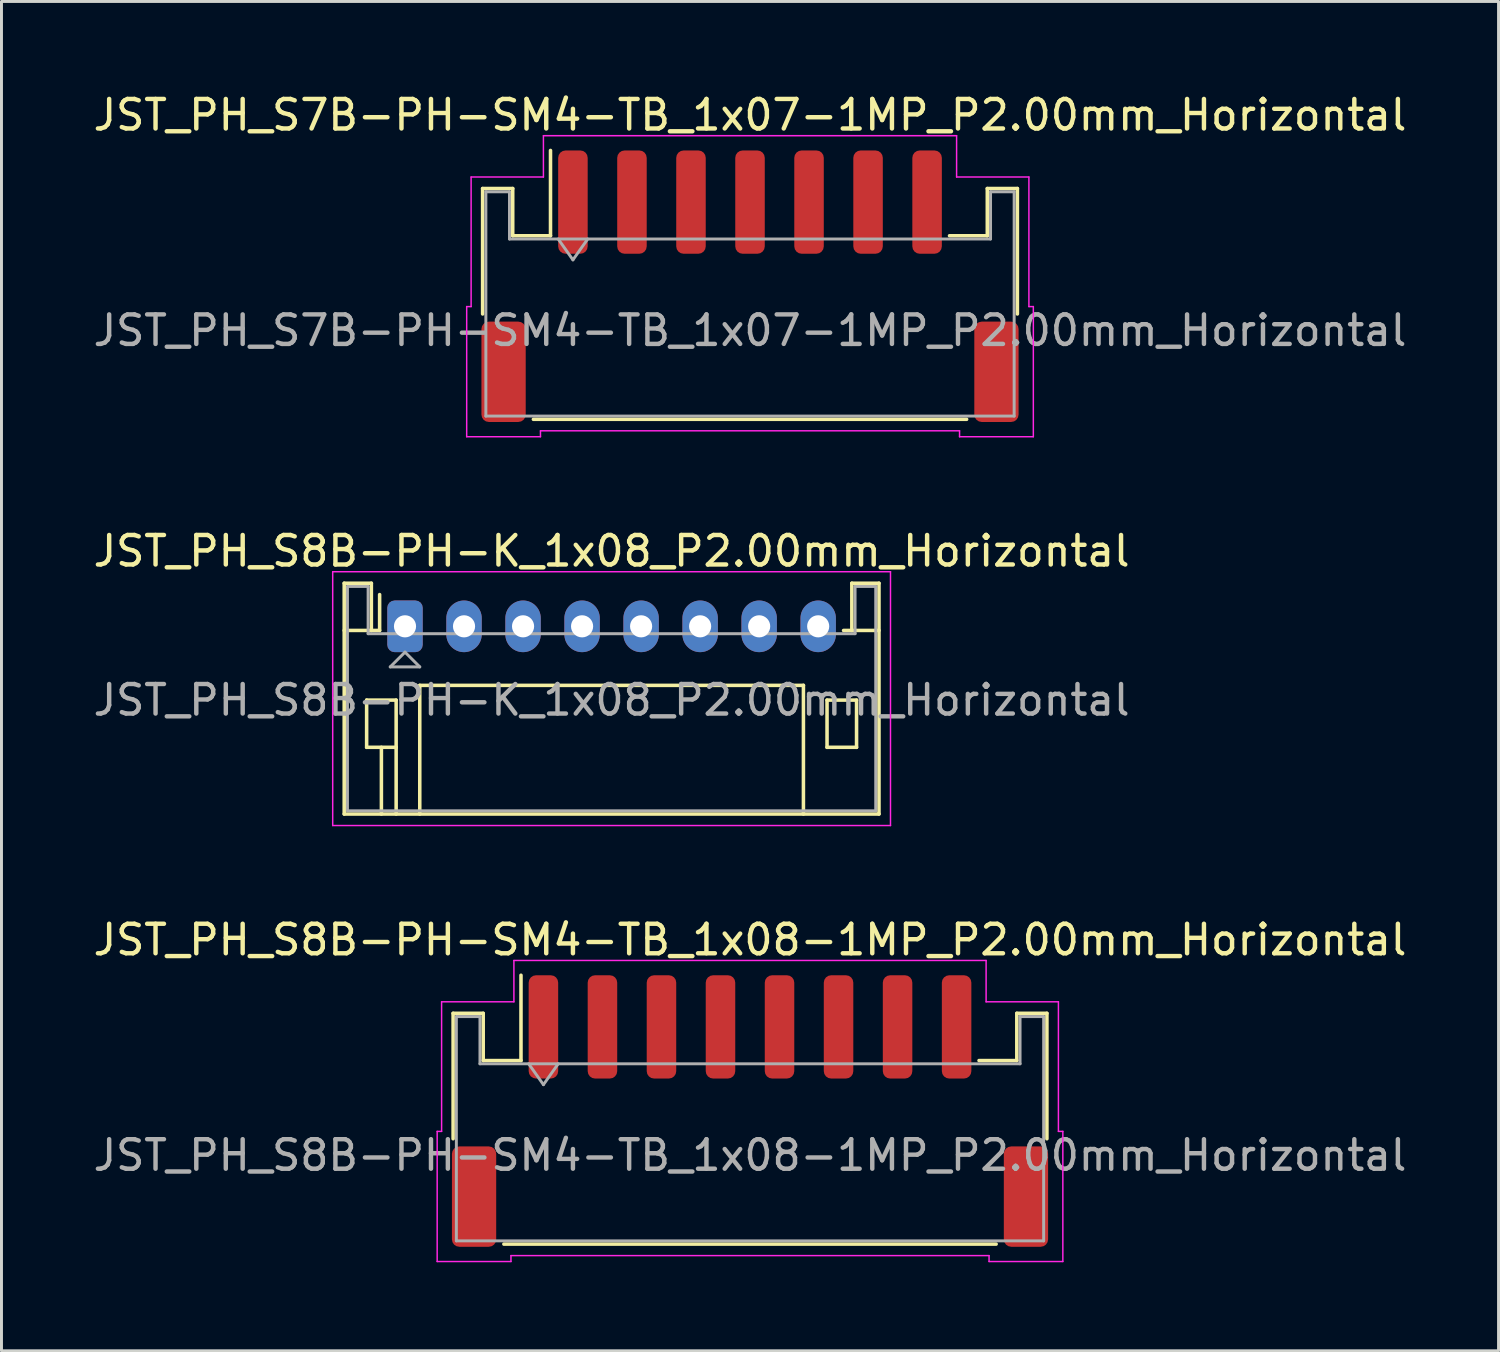
<source format=kicad_pcb>
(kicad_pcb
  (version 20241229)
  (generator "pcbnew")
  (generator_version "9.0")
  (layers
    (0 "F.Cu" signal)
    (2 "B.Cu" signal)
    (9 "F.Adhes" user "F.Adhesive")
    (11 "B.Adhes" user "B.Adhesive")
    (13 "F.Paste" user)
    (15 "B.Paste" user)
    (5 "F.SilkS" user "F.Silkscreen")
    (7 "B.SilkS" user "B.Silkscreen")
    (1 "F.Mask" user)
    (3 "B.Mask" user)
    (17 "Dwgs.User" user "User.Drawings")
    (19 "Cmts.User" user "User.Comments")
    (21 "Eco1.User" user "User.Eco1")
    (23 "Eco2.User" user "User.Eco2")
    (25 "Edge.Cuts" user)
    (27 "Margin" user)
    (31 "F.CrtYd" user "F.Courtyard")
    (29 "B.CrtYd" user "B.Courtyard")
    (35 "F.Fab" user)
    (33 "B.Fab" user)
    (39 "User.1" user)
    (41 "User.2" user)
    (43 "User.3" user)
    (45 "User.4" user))
  (footprint "JST_PH_S7B-PH-SM4-TB_1x07-1MP_P2.00mm_Horizontal"
    (layer "F.Cu")
    (at 22.363 6.648)
    (property "Reference" "JST_PH_S7B-PH-SM4-TB_1x07-1MP_P2.00mm_Horizontal" (at 0 -5.8 0) (layer "F.SilkS") (effects (font (size 1 1) (thickness 0.15))))
    (attr smd)
    (fp_line (start -9.06 -3.31) (end -8.04 -3.31) (stroke (width 0.12) (type solid)) (layer "F.SilkS"))
    (fp_line (start -9.06 0.94) (end -9.06 -3.31) (stroke (width 0.12) (type solid)) (layer "F.SilkS"))
    (fp_line (start -8.04 -3.31) (end -8.04 -1.71) (stroke (width 0.12) (type solid)) (layer "F.SilkS"))
    (fp_line (start -8.04 -1.71) (end -6.76 -1.71) (stroke (width 0.12) (type solid)) (layer "F.SilkS"))
    (fp_line (start -7.34 4.51) (end 7.34 4.51) (stroke (width 0.12) (type solid)) (layer "F.SilkS"))
    (fp_line (start -6.76 -1.71) (end -6.76 -4.6) (stroke (width 0.12) (type solid)) (layer "F.SilkS"))
    (fp_line (start 8.04 -3.31) (end 8.04 -1.71) (stroke (width 0.12) (type solid)) (layer "F.SilkS"))
    (fp_line (start 8.04 -1.71) (end 6.76 -1.71) (stroke (width 0.12) (type solid)) (layer "F.SilkS"))
    (fp_line (start 9.06 -3.31) (end 8.04 -3.31) (stroke (width 0.12) (type solid)) (layer "F.SilkS"))
    (fp_line (start 9.06 0.94) (end 9.06 -3.31) (stroke (width 0.12) (type solid)) (layer "F.SilkS"))
    (fp_line (start -9.6 0.69) (end -9.45 0.69) (stroke (width 0.05) (type solid)) (layer "F.CrtYd"))
    (fp_line (start -9.6 5.1) (end -9.6 0.69) (stroke (width 0.05) (type solid)) (layer "F.CrtYd"))
    (fp_line (start -9.45 -3.7) (end -7 -3.7) (stroke (width 0.05) (type solid)) (layer "F.CrtYd"))
    (fp_line (start -9.45 0.69) (end -9.45 -3.7) (stroke (width 0.05) (type solid)) (layer "F.CrtYd"))
    (fp_line (start -7.1 4.9) (end -7.1 5.1) (stroke (width 0.05) (type solid)) (layer "F.CrtYd"))
    (fp_line (start -7.1 5.1) (end -9.6 5.1) (stroke (width 0.05) (type solid)) (layer "F.CrtYd"))
    (fp_line (start -7 -5.1) (end 7 -5.1) (stroke (width 0.05) (type solid)) (layer "F.CrtYd"))
    (fp_line (start -7 -3.7) (end -7 -5.1) (stroke (width 0.05) (type solid)) (layer "F.CrtYd"))
    (fp_line (start 7 -5.1) (end 7 -3.7) (stroke (width 0.05) (type solid)) (layer "F.CrtYd"))
    (fp_line (start 7 -3.7) (end 9.45 -3.7) (stroke (width 0.05) (type solid)) (layer "F.CrtYd"))
    (fp_line (start 7.1 4.9) (end -7.1 4.9) (stroke (width 0.05) (type solid)) (layer "F.CrtYd"))
    (fp_line (start 7.1 5.1) (end 7.1 4.9) (stroke (width 0.05) (type solid)) (layer "F.CrtYd"))
    (fp_line (start 9.45 -3.7) (end 9.45 0.69) (stroke (width 0.05) (type solid)) (layer "F.CrtYd"))
    (fp_line (start 9.45 0.69) (end 9.6 0.69) (stroke (width 0.05) (type solid)) (layer "F.CrtYd"))
    (fp_line (start 9.6 0.69) (end 9.6 5.1) (stroke (width 0.05) (type solid)) (layer "F.CrtYd"))
    (fp_line (start 9.6 5.1) (end 7.1 5.1) (stroke (width 0.05) (type solid)) (layer "F.CrtYd"))
    (fp_line (start -8.95 -3.2) (end -8.95 4.4) (stroke (width 0.1) (type solid)) (layer "F.Fab"))
    (fp_line (start -8.95 -3.2) (end -8.15 -3.2) (stroke (width 0.1) (type solid)) (layer "F.Fab"))
    (fp_line (start -8.95 4.4) (end 8.95 4.4) (stroke (width 0.1) (type solid)) (layer "F.Fab"))
    (fp_line (start -8.15 -3.2) (end -8.15 -1.6) (stroke (width 0.1) (type solid)) (layer "F.Fab"))
    (fp_line (start -8.15 -1.6) (end 8.15 -1.6) (stroke (width 0.1) (type solid)) (layer "F.Fab"))
    (fp_line (start -6.5 -1.6) (end -6 -0.893) (stroke (width 0.1) (type solid)) (layer "F.Fab"))
    (fp_line (start -6 -0.893) (end -5.5 -1.6) (stroke (width 0.1) (type solid)) (layer "F.Fab"))
    (fp_line (start 8.15 -3.2) (end 8.95 -3.2) (stroke (width 0.1) (type solid)) (layer "F.Fab"))
    (fp_line (start 8.15 -1.6) (end 8.15 -3.2) (stroke (width 0.1) (type solid)) (layer "F.Fab"))
    (fp_line (start 8.95 -3.2) (end 8.95 4.4) (stroke (width 0.1) (type solid)) (layer "F.Fab"))
    (fp_text user "${REFERENCE}" (at 0 1.5 0) (layer "F.Fab") (effects (font (size 1 1) (thickness 0.15))))
    (pad "1" smd roundrect (at -6 -2.85) (size 1 3.5) (layers "F.Cu" "F.Mask" "F.Paste") (roundrect_rratio 0.25))
    (pad "2" smd roundrect (at -4 -2.85) (size 1 3.5) (layers "F.Cu" "F.Mask" "F.Paste") (roundrect_rratio 0.25))
    (pad "3" smd roundrect (at -2 -2.85) (size 1 3.5) (layers "F.Cu" "F.Mask" "F.Paste") (roundrect_rratio 0.25))
    (pad "4" smd roundrect (at 0 -2.85) (size 1 3.5) (layers "F.Cu" "F.Mask" "F.Paste") (roundrect_rratio 0.25))
    (pad "5" smd roundrect (at 2 -2.85) (size 1 3.5) (layers "F.Cu" "F.Mask" "F.Paste") (roundrect_rratio 0.25))
    (pad "6" smd roundrect (at 4 -2.85) (size 1 3.5) (layers "F.Cu" "F.Mask" "F.Paste") (roundrect_rratio 0.25))
    (pad "7" smd roundrect (at 6 -2.85) (size 1 3.5) (layers "F.Cu" "F.Mask" "F.Paste") (roundrect_rratio 0.25))
    (pad "MP" smd roundrect (at -8.35 2.9) (size 1.5 3.4) (layers "F.Cu" "F.Mask" "F.Paste") (roundrect_rratio 0.167))
    (pad "MP" smd roundrect (at 8.35 2.9) (size 1.5 3.4) (layers "F.Cu" "F.Mask" "F.Paste") (roundrect_rratio 0.167)))
  (footprint "JST_PH_S8B-PH-SM4-TB_1x08-1MP_P2.00mm_Horizontal"
    (layer "F.Cu")
    (at 22.363 34.595)
    (property "Reference" "JST_PH_S8B-PH-SM4-TB_1x08-1MP_P2.00mm_Horizontal" (at 0 -5.8 0) (layer "F.SilkS") (effects (font (size 1 1) (thickness 0.15))))
    (attr smd)
    (fp_line (start -10.06 -3.31) (end -9.04 -3.31) (stroke (width 0.12) (type solid)) (layer "F.SilkS"))
    (fp_line (start -10.06 0.94) (end -10.06 -3.31) (stroke (width 0.12) (type solid)) (layer "F.SilkS"))
    (fp_line (start -9.04 -3.31) (end -9.04 -1.71) (stroke (width 0.12) (type solid)) (layer "F.SilkS"))
    (fp_line (start -9.04 -1.71) (end -7.76 -1.71) (stroke (width 0.12) (type solid)) (layer "F.SilkS"))
    (fp_line (start -8.34 4.51) (end 8.34 4.51) (stroke (width 0.12) (type solid)) (layer "F.SilkS"))
    (fp_line (start -7.76 -1.71) (end -7.76 -4.6) (stroke (width 0.12) (type solid)) (layer "F.SilkS"))
    (fp_line (start 9.04 -3.31) (end 9.04 -1.71) (stroke (width 0.12) (type solid)) (layer "F.SilkS"))
    (fp_line (start 9.04 -1.71) (end 7.76 -1.71) (stroke (width 0.12) (type solid)) (layer "F.SilkS"))
    (fp_line (start 10.06 -3.31) (end 9.04 -3.31) (stroke (width 0.12) (type solid)) (layer "F.SilkS"))
    (fp_line (start 10.06 0.94) (end 10.06 -3.31) (stroke (width 0.12) (type solid)) (layer "F.SilkS"))
    (fp_line (start -10.6 0.69) (end -10.45 0.69) (stroke (width 0.05) (type solid)) (layer "F.CrtYd"))
    (fp_line (start -10.6 5.1) (end -10.6 0.69) (stroke (width 0.05) (type solid)) (layer "F.CrtYd"))
    (fp_line (start -10.45 -3.7) (end -8 -3.7) (stroke (width 0.05) (type solid)) (layer "F.CrtYd"))
    (fp_line (start -10.45 0.69) (end -10.45 -3.7) (stroke (width 0.05) (type solid)) (layer "F.CrtYd"))
    (fp_line (start -8.1 4.9) (end -8.1 5.1) (stroke (width 0.05) (type solid)) (layer "F.CrtYd"))
    (fp_line (start -8.1 5.1) (end -10.6 5.1) (stroke (width 0.05) (type solid)) (layer "F.CrtYd"))
    (fp_line (start -8 -5.1) (end 8 -5.1) (stroke (width 0.05) (type solid)) (layer "F.CrtYd"))
    (fp_line (start -8 -3.7) (end -8 -5.1) (stroke (width 0.05) (type solid)) (layer "F.CrtYd"))
    (fp_line (start 8 -5.1) (end 8 -3.7) (stroke (width 0.05) (type solid)) (layer "F.CrtYd"))
    (fp_line (start 8 -3.7) (end 10.45 -3.7) (stroke (width 0.05) (type solid)) (layer "F.CrtYd"))
    (fp_line (start 8.1 4.9) (end -8.1 4.9) (stroke (width 0.05) (type solid)) (layer "F.CrtYd"))
    (fp_line (start 8.1 5.1) (end 8.1 4.9) (stroke (width 0.05) (type solid)) (layer "F.CrtYd"))
    (fp_line (start 10.45 -3.7) (end 10.45 0.69) (stroke (width 0.05) (type solid)) (layer "F.CrtYd"))
    (fp_line (start 10.45 0.69) (end 10.6 0.69) (stroke (width 0.05) (type solid)) (layer "F.CrtYd"))
    (fp_line (start 10.6 0.69) (end 10.6 5.1) (stroke (width 0.05) (type solid)) (layer "F.CrtYd"))
    (fp_line (start 10.6 5.1) (end 8.1 5.1) (stroke (width 0.05) (type solid)) (layer "F.CrtYd"))
    (fp_line (start -9.95 -3.2) (end -9.95 4.4) (stroke (width 0.1) (type solid)) (layer "F.Fab"))
    (fp_line (start -9.95 -3.2) (end -9.15 -3.2) (stroke (width 0.1) (type solid)) (layer "F.Fab"))
    (fp_line (start -9.95 4.4) (end 9.95 4.4) (stroke (width 0.1) (type solid)) (layer "F.Fab"))
    (fp_line (start -9.15 -3.2) (end -9.15 -1.6) (stroke (width 0.1) (type solid)) (layer "F.Fab"))
    (fp_line (start -9.15 -1.6) (end 9.15 -1.6) (stroke (width 0.1) (type solid)) (layer "F.Fab"))
    (fp_line (start -7.5 -1.6) (end -7 -0.893) (stroke (width 0.1) (type solid)) (layer "F.Fab"))
    (fp_line (start -7 -0.893) (end -6.5 -1.6) (stroke (width 0.1) (type solid)) (layer "F.Fab"))
    (fp_line (start 9.15 -3.2) (end 9.95 -3.2) (stroke (width 0.1) (type solid)) (layer "F.Fab"))
    (fp_line (start 9.15 -1.6) (end 9.15 -3.2) (stroke (width 0.1) (type solid)) (layer "F.Fab"))
    (fp_line (start 9.95 -3.2) (end 9.95 4.4) (stroke (width 0.1) (type solid)) (layer "F.Fab"))
    (fp_text user "${REFERENCE}" (at 0 1.5 0) (layer "F.Fab") (effects (font (size 1 1) (thickness 0.15))))
    (pad "1" smd roundrect (at -7 -2.85) (size 1 3.5) (layers "F.Cu" "F.Mask" "F.Paste") (roundrect_rratio 0.25))
    (pad "2" smd roundrect (at -5 -2.85) (size 1 3.5) (layers "F.Cu" "F.Mask" "F.Paste") (roundrect_rratio 0.25))
    (pad "3" smd roundrect (at -3 -2.85) (size 1 3.5) (layers "F.Cu" "F.Mask" "F.Paste") (roundrect_rratio 0.25))
    (pad "4" smd roundrect (at -1 -2.85) (size 1 3.5) (layers "F.Cu" "F.Mask" "F.Paste") (roundrect_rratio 0.25))
    (pad "5" smd roundrect (at 1 -2.85) (size 1 3.5) (layers "F.Cu" "F.Mask" "F.Paste") (roundrect_rratio 0.25))
    (pad "6" smd roundrect (at 3 -2.85) (size 1 3.5) (layers "F.Cu" "F.Mask" "F.Paste") (roundrect_rratio 0.25))
    (pad "7" smd roundrect (at 5 -2.85) (size 1 3.5) (layers "F.Cu" "F.Mask" "F.Paste") (roundrect_rratio 0.25))
    (pad "8" smd roundrect (at 7 -2.85) (size 1 3.5) (layers "F.Cu" "F.Mask" "F.Paste") (roundrect_rratio 0.25))
    (pad "MP" smd roundrect (at -9.35 2.9) (size 1.5 3.4) (layers "F.Cu" "F.Mask" "F.Paste") (roundrect_rratio 0.167))
    (pad "MP" smd roundrect (at 9.35 2.9) (size 1.5 3.4) (layers "F.Cu" "F.Mask" "F.Paste") (roundrect_rratio 0.167)))
  (footprint "JST_PH_S8B-PH-K_1x08_P2.00mm_Horizontal"
    (layer "F.Cu")
    (at 10.673 18.172)
    (property "Reference" "JST_PH_S8B-PH-K_1x08_P2.00mm_Horizontal" (at 7 -2.55 0) (layer "F.SilkS") (effects (font (size 1 1) (thickness 0.15))))
    (attr through_hole)
    (fp_line (start -2.06 -1.46) (end -2.06 6.36) (stroke (width 0.12) (type solid)) (layer "F.SilkS"))
    (fp_line (start -2.06 0.14) (end -1.14 0.14) (stroke (width 0.12) (type solid)) (layer "F.SilkS"))
    (fp_line (start -2.06 6.36) (end 16.06 6.36) (stroke (width 0.12) (type solid)) (layer "F.SilkS"))
    (fp_line (start -1.3 2.5) (end -1.3 4.1) (stroke (width 0.12) (type solid)) (layer "F.SilkS"))
    (fp_line (start -1.3 4.1) (end -0.3 4.1) (stroke (width 0.12) (type solid)) (layer "F.SilkS"))
    (fp_line (start -1.14 -1.46) (end -2.06 -1.46) (stroke (width 0.12) (type solid)) (layer "F.SilkS"))
    (fp_line (start -1.14 0.14) (end -1.14 -1.46) (stroke (width 0.12) (type solid)) (layer "F.SilkS"))
    (fp_line (start -0.86 0.14) (end -1.14 0.14) (stroke (width 0.12) (type solid)) (layer "F.SilkS"))
    (fp_line (start -0.86 0.14) (end -0.86 -1.075) (stroke (width 0.12) (type solid)) (layer "F.SilkS"))
    (fp_line (start -0.8 4.1) (end -0.8 6.36) (stroke (width 0.12) (type solid)) (layer "F.SilkS"))
    (fp_line (start -0.3 2.5) (end -1.3 2.5) (stroke (width 0.12) (type solid)) (layer "F.SilkS"))
    (fp_line (start -0.3 4.1) (end -0.3 2.5) (stroke (width 0.12) (type solid)) (layer "F.SilkS"))
    (fp_line (start -0.3 4.1) (end -0.3 6.36) (stroke (width 0.12) (type solid)) (layer "F.SilkS"))
    (fp_line (start 0.5 2) (end 13.5 2) (stroke (width 0.12) (type solid)) (layer "F.SilkS"))
    (fp_line (start 0.5 6.36) (end 0.5 2) (stroke (width 0.12) (type solid)) (layer "F.SilkS"))
    (fp_line (start 13.5 2) (end 13.5 6.36) (stroke (width 0.12) (type solid)) (layer "F.SilkS"))
    (fp_line (start 14.3 2.5) (end 15.3 2.5) (stroke (width 0.12) (type solid)) (layer "F.SilkS"))
    (fp_line (start 14.3 4.1) (end 14.3 2.5) (stroke (width 0.12) (type solid)) (layer "F.SilkS"))
    (fp_line (start 15.14 -1.46) (end 15.14 0.14) (stroke (width 0.12) (type solid)) (layer "F.SilkS"))
    (fp_line (start 15.14 0.14) (end 14.86 0.14) (stroke (width 0.12) (type solid)) (layer "F.SilkS"))
    (fp_line (start 15.3 2.5) (end 15.3 4.1) (stroke (width 0.12) (type solid)) (layer "F.SilkS"))
    (fp_line (start 15.3 4.1) (end 14.3 4.1) (stroke (width 0.12) (type solid)) (layer "F.SilkS"))
    (fp_line (start 16.06 -1.46) (end 15.14 -1.46) (stroke (width 0.12) (type solid)) (layer "F.SilkS"))
    (fp_line (start 16.06 0.14) (end 15.14 0.14) (stroke (width 0.12) (type solid)) (layer "F.SilkS"))
    (fp_line (start 16.06 6.36) (end 16.06 -1.46) (stroke (width 0.12) (type solid)) (layer "F.SilkS"))
    (fp_line (start -2.45 -1.85) (end -2.45 6.75) (stroke (width 0.05) (type solid)) (layer "F.CrtYd"))
    (fp_line (start -2.45 6.75) (end 16.45 6.75) (stroke (width 0.05) (type solid)) (layer "F.CrtYd"))
    (fp_line (start 16.45 -1.85) (end -2.45 -1.85) (stroke (width 0.05) (type solid)) (layer "F.CrtYd"))
    (fp_line (start 16.45 6.75) (end 16.45 -1.85) (stroke (width 0.05) (type solid)) (layer "F.CrtYd"))
    (fp_line (start -1.95 -1.35) (end -1.95 6.25) (stroke (width 0.1) (type solid)) (layer "F.Fab"))
    (fp_line (start -1.95 6.25) (end 15.95 6.25) (stroke (width 0.1) (type solid)) (layer "F.Fab"))
    (fp_line (start -1.25 -1.35) (end -1.95 -1.35) (stroke (width 0.1) (type solid)) (layer "F.Fab"))
    (fp_line (start -1.25 0.25) (end -1.25 -1.35) (stroke (width 0.1) (type solid)) (layer "F.Fab"))
    (fp_line (start -0.5 1.375) (end 0.5 1.375) (stroke (width 0.1) (type solid)) (layer "F.Fab"))
    (fp_line (start 0 0.875) (end -0.5 1.375) (stroke (width 0.1) (type solid)) (layer "F.Fab"))
    (fp_line (start 0.5 1.375) (end 0 0.875) (stroke (width 0.1) (type solid)) (layer "F.Fab"))
    (fp_line (start 15.25 -1.35) (end 15.25 0.25) (stroke (width 0.1) (type solid)) (layer "F.Fab"))
    (fp_line (start 15.25 0.25) (end -1.25 0.25) (stroke (width 0.1) (type solid)) (layer "F.Fab"))
    (fp_line (start 15.95 -1.35) (end 15.25 -1.35) (stroke (width 0.1) (type solid)) (layer "F.Fab"))
    (fp_line (start 15.95 6.25) (end 15.95 -1.35) (stroke (width 0.1) (type solid)) (layer "F.Fab"))
    (fp_text user "${REFERENCE}" (at 7 2.5 0) (layer "F.Fab") (effects (font (size 1 1) (thickness 0.15))))
    (pad "1" thru_hole roundrect (at 0 0) (size 1.2 1.75) (drill 0.75) (layers "*.Cu" "*.Mask") (roundrect_rratio 0.208))
    (pad "2" thru_hole oval (at 2 0) (size 1.2 1.75) (drill 0.75) (layers "*.Cu" "*.Mask"))
    (pad "3" thru_hole oval (at 4 0) (size 1.2 1.75) (drill 0.75) (layers "*.Cu" "*.Mask"))
    (pad "4" thru_hole oval (at 6 0) (size 1.2 1.75) (drill 0.75) (layers "*.Cu" "*.Mask"))
    (pad "5" thru_hole oval (at 8 0) (size 1.2 1.75) (drill 0.75) (layers "*.Cu" "*.Mask"))
    (pad "6" thru_hole oval (at 10 0) (size 1.2 1.75) (drill 0.75) (layers "*.Cu" "*.Mask"))
    (pad "7" thru_hole oval (at 12 0) (size 1.2 1.75) (drill 0.75) (layers "*.Cu" "*.Mask"))
    (pad "8" thru_hole oval (at 14 0) (size 1.2 1.75) (drill 0.75) (layers "*.Cu" "*.Mask")))
  (gr_rect
    (start -3 -3)
    (end 47.726 42.72)
    (stroke (width 0.1) (type default))
    (fill no)
    (layer "Edge.Cuts")))
</source>
